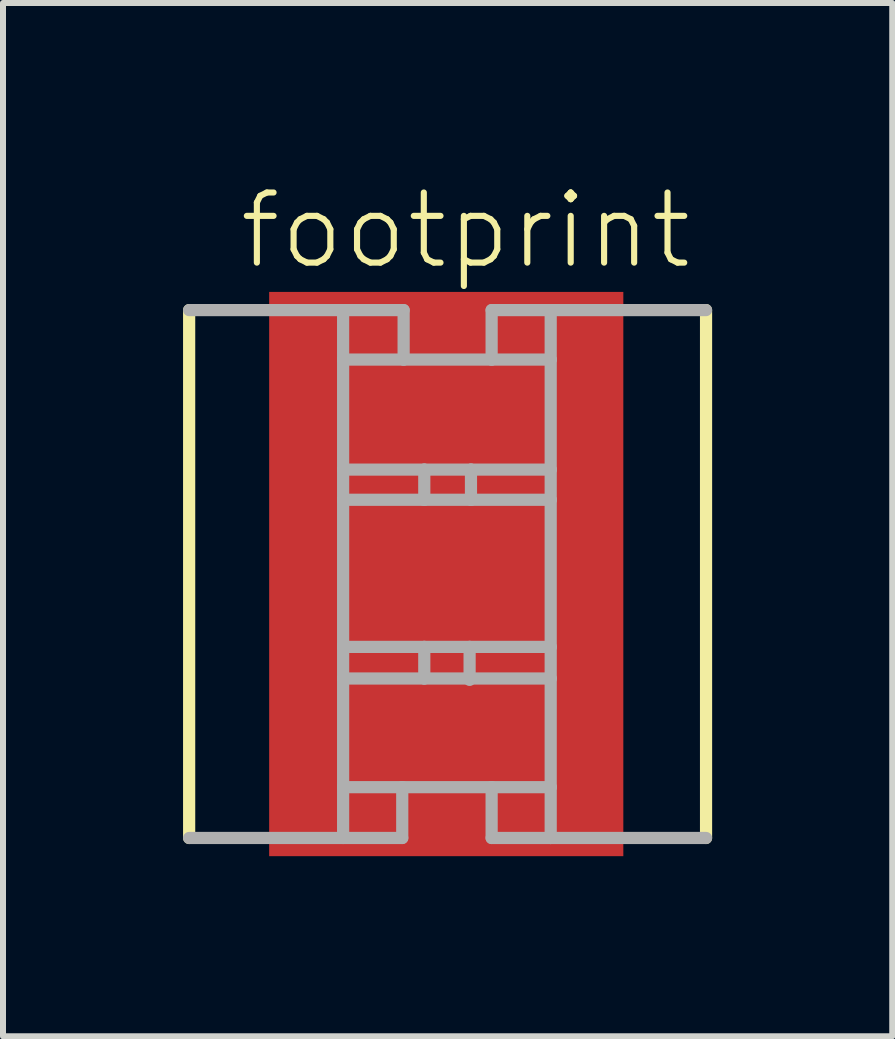
<source format=kicad_pcb>
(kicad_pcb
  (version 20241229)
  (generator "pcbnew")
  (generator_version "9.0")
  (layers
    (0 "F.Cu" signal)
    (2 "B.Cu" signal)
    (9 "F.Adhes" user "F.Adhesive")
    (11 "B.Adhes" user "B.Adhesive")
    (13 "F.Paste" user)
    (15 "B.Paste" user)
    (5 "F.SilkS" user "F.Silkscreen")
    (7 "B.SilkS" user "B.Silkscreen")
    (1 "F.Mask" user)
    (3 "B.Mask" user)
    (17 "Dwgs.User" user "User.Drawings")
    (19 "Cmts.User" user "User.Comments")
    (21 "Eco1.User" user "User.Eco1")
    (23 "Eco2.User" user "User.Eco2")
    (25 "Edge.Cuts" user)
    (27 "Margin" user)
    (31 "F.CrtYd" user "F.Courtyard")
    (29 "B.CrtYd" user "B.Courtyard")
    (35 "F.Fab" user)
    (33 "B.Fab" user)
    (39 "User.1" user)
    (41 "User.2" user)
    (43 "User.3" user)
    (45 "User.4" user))
  (footprint "footprint"
    (layer "F.Cu")
    (at 4.384 6.513)
    (property "Reference" "footprint" (at -3.5 -5.04 0) (layer "F.SilkS") (effects (font (size 1.168 1.168) (thickness 0.102)) (justify left bottom)))
    (fp_line (start -4.283 4.397) (end -4.283 -4.397) (stroke (width 0.203) (type solid)) (layer "F.SilkS"))
    (fp_line (start 4.328 -4.397) (end 4.328 4.397) (stroke (width 0.203) (type solid)) (layer "F.SilkS"))
    (fp_line (start -4.283 -4.397) (end -0.71 -4.397) (stroke (width 0.203) (type solid)) (layer "F.Fab"))
    (fp_line (start -1.718 -3.573) (end -1.718 -4.351) (stroke (width 0.203) (type solid)) (layer "F.Fab"))
    (fp_line (start -1.718 -3.573) (end -0.71 -3.573) (stroke (width 0.203) (type solid)) (layer "F.Fab"))
    (fp_line (start -1.718 -1.74) (end -1.718 -3.573) (stroke (width 0.203) (type solid)) (layer "F.Fab"))
    (fp_line (start -1.718 -1.74) (end -0.366 -1.74) (stroke (width 0.203) (type solid)) (layer "F.Fab"))
    (fp_line (start -1.718 -1.237) (end -1.718 -1.74) (stroke (width 0.203) (type solid)) (layer "F.Fab"))
    (fp_line (start -1.718 -1.237) (end -0.366 -1.237) (stroke (width 0.203) (type solid)) (layer "F.Fab"))
    (fp_line (start -1.718 1.214) (end -1.718 -1.237) (stroke (width 0.203) (type solid)) (layer "F.Fab"))
    (fp_line (start -1.718 1.214) (end -0.366 1.214) (stroke (width 0.203) (type solid)) (layer "F.Fab"))
    (fp_line (start -1.718 1.74) (end -1.718 1.214) (stroke (width 0.203) (type solid)) (layer "F.Fab"))
    (fp_line (start -1.718 1.74) (end -0.366 1.74) (stroke (width 0.203) (type solid)) (layer "F.Fab"))
    (fp_line (start -1.718 3.55) (end -1.718 1.74) (stroke (width 0.203) (type solid)) (layer "F.Fab"))
    (fp_line (start -1.718 4.397) (end -1.718 3.55) (stroke (width 0.203) (type solid)) (layer "F.Fab"))
    (fp_line (start -0.733 3.55) (end -1.718 3.55) (stroke (width 0.203) (type solid)) (layer "F.Fab"))
    (fp_line (start -0.733 3.55) (end 0.756 3.55) (stroke (width 0.203) (type solid)) (layer "F.Fab"))
    (fp_line (start -0.733 4.397) (end -4.283 4.397) (stroke (width 0.203) (type solid)) (layer "F.Fab"))
    (fp_line (start -0.733 4.397) (end -0.733 3.55) (stroke (width 0.203) (type solid)) (layer "F.Fab"))
    (fp_line (start -0.71 -3.573) (end -0.71 -4.397) (stroke (width 0.203) (type solid)) (layer "F.Fab"))
    (fp_line (start -0.71 -3.573) (end 0.756 -3.573) (stroke (width 0.203) (type solid)) (layer "F.Fab"))
    (fp_line (start -0.366 -1.74) (end 0.412 -1.74) (stroke (width 0.203) (type solid)) (layer "F.Fab"))
    (fp_line (start -0.366 -1.237) (end -0.366 -1.74) (stroke (width 0.203) (type solid)) (layer "F.Fab"))
    (fp_line (start -0.366 -1.237) (end 0.412 -1.237) (stroke (width 0.203) (type solid)) (layer "F.Fab"))
    (fp_line (start -0.366 1.214) (end 0.389 1.214) (stroke (width 0.203) (type solid)) (layer "F.Fab"))
    (fp_line (start -0.366 1.74) (end -0.366 1.214) (stroke (width 0.203) (type solid)) (layer "F.Fab"))
    (fp_line (start -0.366 1.74) (end 1.74 1.74) (stroke (width 0.203) (type solid)) (layer "F.Fab"))
    (fp_line (start 0.389 1.214) (end 1.74 1.214) (stroke (width 0.203) (type solid)) (layer "F.Fab"))
    (fp_line (start 0.389 1.763) (end 0.389 1.214) (stroke (width 0.203) (type solid)) (layer "F.Fab"))
    (fp_line (start 0.412 -1.74) (end 1.74 -1.74) (stroke (width 0.203) (type solid)) (layer "F.Fab"))
    (fp_line (start 0.412 -1.237) (end 0.412 -1.74) (stroke (width 0.203) (type solid)) (layer "F.Fab"))
    (fp_line (start 0.412 -1.237) (end 1.74 -1.237) (stroke (width 0.203) (type solid)) (layer "F.Fab"))
    (fp_line (start 0.756 -4.397) (end 4.328 -4.397) (stroke (width 0.203) (type solid)) (layer "F.Fab"))
    (fp_line (start 0.756 -3.573) (end 0.756 -4.397) (stroke (width 0.203) (type solid)) (layer "F.Fab"))
    (fp_line (start 0.756 -3.573) (end 1.74 -3.573) (stroke (width 0.203) (type solid)) (layer "F.Fab"))
    (fp_line (start 0.756 3.55) (end 1.74 3.55) (stroke (width 0.203) (type solid)) (layer "F.Fab"))
    (fp_line (start 0.756 4.397) (end 0.756 3.55) (stroke (width 0.203) (type solid)) (layer "F.Fab"))
    (fp_line (start 1.74 -3.573) (end 1.74 -4.351) (stroke (width 0.203) (type solid)) (layer "F.Fab"))
    (fp_line (start 1.74 -1.74) (end 1.74 -3.573) (stroke (width 0.203) (type solid)) (layer "F.Fab"))
    (fp_line (start 1.74 -1.237) (end 1.74 -1.74) (stroke (width 0.203) (type solid)) (layer "F.Fab"))
    (fp_line (start 1.74 1.214) (end 1.74 -1.237) (stroke (width 0.203) (type solid)) (layer "F.Fab"))
    (fp_line (start 1.74 1.74) (end 1.74 1.214) (stroke (width 0.203) (type solid)) (layer "F.Fab"))
    (fp_line (start 1.74 3.55) (end 1.74 1.74) (stroke (width 0.203) (type solid)) (layer "F.Fab"))
    (fp_line (start 1.74 4.397) (end 0.756 4.397) (stroke (width 0.203) (type solid)) (layer "F.Fab"))
    (fp_line (start 1.74 4.397) (end 1.74 3.55) (stroke (width 0.203) (type solid)) (layer "F.Fab"))
    (fp_line (start 4.328 4.397) (end 1.74 4.397) (stroke (width 0.203) (type solid)) (layer "F.Fab"))
    (pad "1" smd rect (at 0 0) (size 5.9 9.4) (layers "F.Cu" "F.Mask" "F.Paste")))
  (gr_rect
    (start -3 -3)
    (end 11.814 14.213)
    (stroke (width 0.1) (type default))
    (fill no)
    (layer "Edge.Cuts")))
</source>
